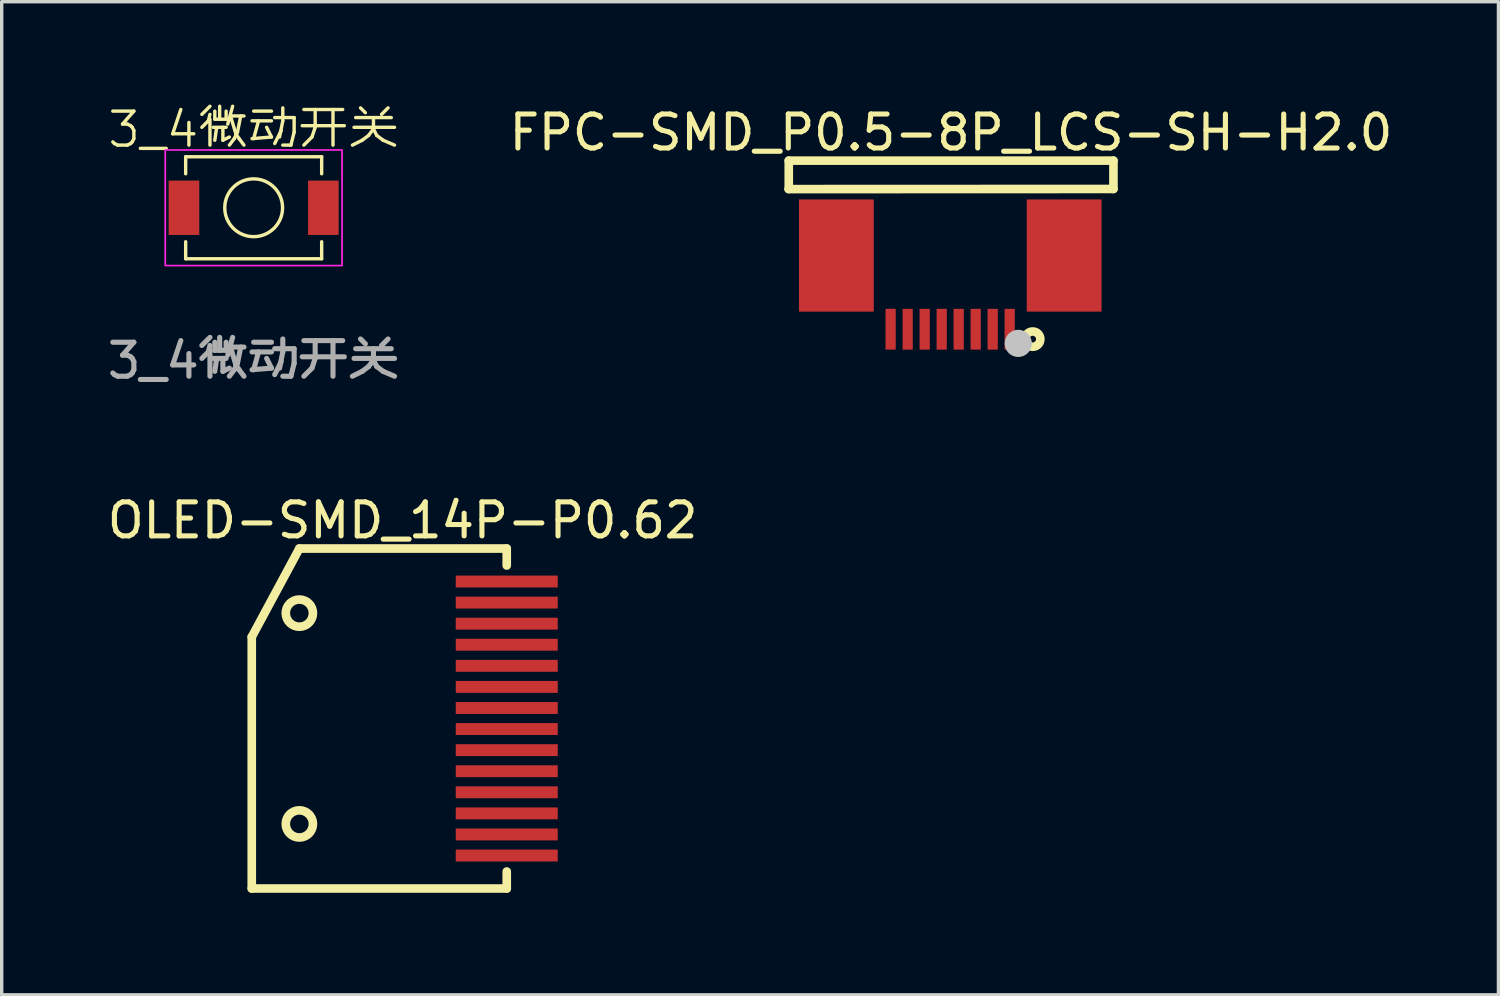
<source format=kicad_pcb>
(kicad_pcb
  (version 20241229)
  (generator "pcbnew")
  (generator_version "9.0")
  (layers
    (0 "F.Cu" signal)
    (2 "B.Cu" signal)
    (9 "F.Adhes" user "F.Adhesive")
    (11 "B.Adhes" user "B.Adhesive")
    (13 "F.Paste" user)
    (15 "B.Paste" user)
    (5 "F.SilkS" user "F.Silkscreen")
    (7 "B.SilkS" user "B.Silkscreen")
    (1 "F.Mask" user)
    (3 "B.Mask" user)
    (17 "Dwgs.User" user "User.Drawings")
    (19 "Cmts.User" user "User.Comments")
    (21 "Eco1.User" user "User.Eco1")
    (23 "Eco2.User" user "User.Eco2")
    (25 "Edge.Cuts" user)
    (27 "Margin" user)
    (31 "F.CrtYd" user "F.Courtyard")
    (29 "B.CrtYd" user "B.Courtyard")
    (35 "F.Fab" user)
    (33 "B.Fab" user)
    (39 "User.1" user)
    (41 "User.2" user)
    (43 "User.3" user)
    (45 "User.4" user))
  (footprint "3_4微动开关"
    (layer "F.Cu")
    (at 4.411 3.061)
    (property "Reference" "3_4微动开关" (at 0 -2.3 0) (unlocked yes) (layer "F.SilkS") (effects (font (size 1 1) (thickness 0.1))))
    (attr smd)
    (fp_line (start -2 -1.5) (end -2 -1) (stroke (width 0.1) (type default)) (layer "F.SilkS"))
    (fp_line (start -2 -1.5) (end 2 -1.5) (stroke (width 0.1) (type default)) (layer "F.SilkS"))
    (fp_line (start -2 1.5) (end -2 1) (stroke (width 0.1) (type default)) (layer "F.SilkS"))
    (fp_line (start -2 1.5) (end 2 1.5) (stroke (width 0.1) (type default)) (layer "F.SilkS"))
    (fp_line (start 2 -1.5) (end 2 -1) (stroke (width 0.1) (type default)) (layer "F.SilkS"))
    (fp_line (start 2 1.5) (end 2 1) (stroke (width 0.1) (type default)) (layer "F.SilkS"))
    (fp_circle (center 0 0) (end 0.85 0) (stroke (width 0.1) (type default)) (fill no) (layer "F.SilkS"))
    (fp_rect (start -2.6 -1.7) (end 2.6 1.7) (stroke (width 0.05) (type default)) (fill no) (layer "F.CrtYd"))
    (fp_text user "${REFERENCE}" (at 0 4.5 0) (unlocked yes) (layer "F.Fab") (effects (font (size 1 1) (thickness 0.15))))
    (pad "1" smd rect (at -2.05 0 90) (size 1.6 0.9) (layers "F.Cu" "F.Mask" "F.Paste"))
    (pad "2" smd rect (at 2.05 0 90) (size 1.6 0.9) (layers "F.Cu" "F.Mask" "F.Paste")))
  (footprint "OLED-SMD_14P-P0.62"
    (layer "F.Cu")
    (at 11.855 18.084)
    (property "Reference" "OLED-SMD_14P-P0.62" (at -3.063 -5.827 0) (layer "F.SilkS") (effects (font (size 1 1) (thickness 0.15))))
    (fp_line (start -7.5 -2.4) (end -7.5 5) (stroke (width 0.254) (type default)) (layer "F.SilkS"))
    (fp_line (start -7.5 5) (end 0 5) (stroke (width 0.254) (type default)) (layer "F.SilkS"))
    (fp_line (start -6.1 -5) (end -7.5 -2.4) (stroke (width 0.254) (type default)) (layer "F.SilkS"))
    (fp_line (start 0 -5) (end -6.1 -5) (stroke (width 0.254) (type default)) (layer "F.SilkS"))
    (fp_line (start 0 -5) (end 0 -4.5) (stroke (width 0.254) (type default)) (layer "F.SilkS"))
    (fp_line (start 0 5) (end 0 4.5) (stroke (width 0.254) (type default)) (layer "F.SilkS"))
    (fp_circle (center -6.1 -3.1) (end -5.7 -3.1) (stroke (width 0.254) (type default)) (fill no) (layer "F.SilkS"))
    (fp_circle (center -6.1 3.1) (end -5.7 3.1) (stroke (width 0.254) (type default)) (fill no) (layer "F.SilkS"))
    (fp_poly (pts (xy -1.5 -4.2) (xy 1.5 -4.2) (xy 1.5 -3.85) (xy -1.5 -3.85)) (stroke (width 0.1) (type default)) (fill no) (layer "User.1"))
    (fp_poly (pts (xy -1.5 -3.58) (xy 1.5 -3.58) (xy 1.5 -3.231) (xy -1.5 -3.231)) (stroke (width 0.1) (type default)) (fill no) (layer "User.1"))
    (fp_poly (pts (xy -1.5 -2.961) (xy 1.5 -2.961) (xy 1.5 -2.611) (xy -1.5 -2.611)) (stroke (width 0.1) (type default)) (fill no) (layer "User.1"))
    (fp_poly (pts (xy -1.5 -2.341) (xy 1.5 -2.341) (xy 1.5 -1.991) (xy -1.5 -1.991)) (stroke (width 0.1) (type default)) (fill no) (layer "User.1"))
    (fp_poly (pts (xy -1.5 -1.722) (xy 1.5 -1.722) (xy 1.5 -1.371) (xy -1.5 -1.371)) (stroke (width 0.1) (type default)) (fill no) (layer "User.1"))
    (fp_poly (pts (xy -1.5 -1.102) (xy 1.5 -1.102) (xy 1.5 -0.752) (xy -1.5 -0.752)) (stroke (width 0.1) (type default)) (fill no) (layer "User.1"))
    (fp_poly (pts (xy -1.5 -0.482) (xy 1.5 -0.482) (xy 1.5 -0.133) (xy -1.5 -0.133)) (stroke (width 0.1) (type default)) (fill no) (layer "User.1"))
    (fp_poly (pts (xy -1.5 0.138) (xy 1.5 0.138) (xy 1.5 0.487) (xy -1.5 0.487)) (stroke (width 0.1) (type default)) (fill no) (layer "User.1"))
    (fp_poly (pts (xy -1.5 0.757) (xy 1.5 0.757) (xy 1.5 1.107) (xy -1.5 1.107)) (stroke (width 0.1) (type default)) (fill no) (layer "User.1"))
    (fp_poly (pts (xy -1.5 1.377) (xy 1.5 1.377) (xy 1.5 1.726) (xy -1.5 1.726)) (stroke (width 0.1) (type default)) (fill no) (layer "User.1"))
    (fp_poly (pts (xy -1.5 1.996) (xy 1.5 1.996) (xy 1.5 2.346) (xy -1.5 2.346)) (stroke (width 0.1) (type default)) (fill no) (layer "User.1"))
    (fp_poly (pts (xy -1.5 2.615) (xy 1.5 2.615) (xy 1.5 2.966) (xy -1.5 2.966)) (stroke (width 0.1) (type default)) (fill no) (layer "User.1"))
    (fp_poly (pts (xy -1.5 3.236) (xy 1.5 3.236) (xy 1.5 3.586) (xy -1.5 3.586)) (stroke (width 0.1) (type default)) (fill no) (layer "User.1"))
    (fp_poly (pts (xy -1.5 3.855) (xy 1.5 3.855) (xy 1.5 4.205) (xy -1.5 4.205)) (stroke (width 0.1) (type default)) (fill no) (layer "User.1"))
    (pad "1" smd rect (at 0 4.03 90) (size 0.35 3) (layers "F.Cu" "F.Mask" "F.Paste"))
    (pad "2" smd rect (at 0 3.41 90) (size 0.35 3) (layers "F.Cu" "F.Mask" "F.Paste"))
    (pad "3" smd rect (at 0 2.79 90) (size 0.35 3) (layers "F.Cu" "F.Mask" "F.Paste"))
    (pad "4" smd rect (at 0 2.17 90) (size 0.35 3) (layers "F.Cu" "F.Mask" "F.Paste"))
    (pad "5" smd rect (at 0 1.55 90) (size 0.35 3) (layers "F.Cu" "F.Mask" "F.Paste"))
    (pad "6" smd rect (at 0 0.93 90) (size 0.35 3) (layers "F.Cu" "F.Mask" "F.Paste"))
    (pad "7" smd rect (at 0 0.31 90) (size 0.35 3) (layers "F.Cu" "F.Mask" "F.Paste"))
    (pad "8" smd rect (at 0 -0.31 90) (size 0.35 3) (layers "F.Cu" "F.Mask" "F.Paste"))
    (pad "9" smd rect (at 0 -0.93 90) (size 0.35 3) (layers "F.Cu" "F.Mask" "F.Paste"))
    (pad "10" smd rect (at 0 -1.55 90) (size 0.35 3) (layers "F.Cu" "F.Mask" "F.Paste"))
    (pad "11" smd rect (at 0 -2.17 90) (size 0.35 3) (layers "F.Cu" "F.Mask" "F.Paste"))
    (pad "12" smd rect (at 0 -2.79 90) (size 0.35 3) (layers "F.Cu" "F.Mask" "F.Paste"))
    (pad "13" smd rect (at 0 -3.41 90) (size 0.35 3) (layers "F.Cu" "F.Mask" "F.Paste"))
    (pad "14" smd rect (at 0 -4.03 90) (size 0.35 3) (layers "F.Cu" "F.Mask" "F.Paste")))
  (footprint "FPC-SMD_P0.5-8P_LCS-SH-H2.0"
    (layer "F.Cu")
    (at 24.9 5.55)
    (property "Reference" "FPC-SMD_P0.5-8P_LCS-SH-H2.0" (at 0.022 -4.702 0) (layer "F.SilkS") (effects (font (size 1 1) (thickness 0.15))))
    (fp_line (start -4.755 -3.038) (end 4.8 -3.042) (stroke (width 0.254) (type default)) (layer "F.SilkS"))
    (fp_line (start -4.75 -3.875) (end -4.75 -3.042) (stroke (width 0.254) (type default)) (layer "F.SilkS"))
    (fp_line (start 4.8 -3.875) (end -4.75 -3.875) (stroke (width 0.254) (type default)) (layer "F.SilkS"))
    (fp_line (start 4.8 -3.875) (end 4.8 -3.042) (stroke (width 0.254) (type default)) (layer "F.SilkS"))
    (fp_circle (center 2.425 1.375) (end 2.65 1.375) (stroke (width 0.254) (type default)) (fill no) (layer "F.SilkS"))
    (fp_circle (center 2 1.5) (end 2.2 1.5) (stroke (width 0.4) (type default)) (fill no) (layer "Dwgs.User"))
    (fp_poly (pts (xy -4.25 -2.584) (xy -2.249 -2.584) (xy -2.249 0.416) (xy -4.25 0.416)) (stroke (width 0.1) (type default)) (fill no) (layer "User.1"))
    (fp_poly (pts (xy -1.85 0.3) (xy -1.65 0.3) (xy -1.65 1.321) (xy -1.85 1.321)) (stroke (width 0.1) (type default)) (fill no) (layer "User.1"))
    (fp_poly (pts (xy -1.347 0.301) (xy -1.147 0.301) (xy -1.147 1.322) (xy -1.347 1.322)) (stroke (width 0.1) (type default)) (fill no) (layer "User.1"))
    (fp_poly (pts (xy -0.848 0.301) (xy -0.648 0.301) (xy -0.648 1.322) (xy -0.848 1.322)) (stroke (width 0.1) (type default)) (fill no) (layer "User.1"))
    (fp_poly (pts (xy -0.348 0.301) (xy -0.147 0.301) (xy -0.147 1.322) (xy -0.348 1.322)) (stroke (width 0.1) (type default)) (fill no) (layer "User.1"))
    (fp_poly (pts (xy 0.152 0.301) (xy 0.352 0.301) (xy 0.352 1.322) (xy 0.152 1.322)) (stroke (width 0.1) (type default)) (fill no) (layer "User.1"))
    (fp_poly (pts (xy 0.652 0.301) (xy 0.853 0.301) (xy 0.853 1.322) (xy 0.652 1.322)) (stroke (width 0.1) (type default)) (fill no) (layer "User.1"))
    (fp_poly (pts (xy 1.152 0.301) (xy 1.353 0.301) (xy 1.353 1.322) (xy 1.152 1.322)) (stroke (width 0.1) (type default)) (fill no) (layer "User.1"))
    (fp_poly (pts (xy 1.652 0.301) (xy 1.853 0.301) (xy 1.853 1.322) (xy 1.652 1.322)) (stroke (width 0.1) (type default)) (fill no) (layer "User.1"))
    (fp_poly (pts (xy 2.25 -2.584) (xy 4.25 -2.584) (xy 4.25 0.416) (xy 2.25 0.416)) (stroke (width 0.1) (type default)) (fill no) (layer "User.1"))
    (fp_line (start -4.8 -3.879) (end -4.8 -2.879) (stroke (width 0.051) (type default)) (layer "User.2"))
    (fp_line (start -4.8 -2.879) (end -4.25 -2.879) (stroke (width 0.051) (type default)) (layer "User.2"))
    (fp_line (start -4.73 -3.879) (end -4.8 -3.879) (stroke (width 0.051) (type default)) (layer "User.2"))
    (fp_line (start -4.25 -2.879) (end -4.25 0.517) (stroke (width 0.051) (type default)) (layer "User.2"))
    (fp_line (start -4.25 0.517) (end -4.247 0.52) (stroke (width 0.051) (type default)) (layer "User.2"))
    (fp_line (start -4.247 0.52) (end -2.45 0.52) (stroke (width 0.051) (type default)) (layer "User.2"))
    (fp_line (start -2.45 0.52) (end 2.45 0.521) (stroke (width 0.051) (type default)) (layer "User.2"))
    (fp_line (start 2.45 0.521) (end 4.25 0.521) (stroke (width 0.051) (type default)) (layer "User.2"))
    (fp_line (start 4.25 -2.879) (end 4.8 -2.879) (stroke (width 0.051) (type default)) (layer "User.2"))
    (fp_line (start 4.25 0.521) (end 4.25 -2.879) (stroke (width 0.051) (type default)) (layer "User.2"))
    (fp_line (start 4.8 -3.88) (end -4.73 -3.879) (stroke (width 0.051) (type default)) (layer "User.2"))
    (fp_line (start 4.8 -2.879) (end 4.8 -3.88) (stroke (width 0.051) (type default)) (layer "User.2"))
    (fp_poly (pts (xy 4.855 1.299) (xy 4.823 1.267) (xy 4.777 1.267) (xy 4.745 1.299) (xy 4.745 1.345) (xy 4.777 1.377) (xy 4.823 1.377) (xy 4.855 1.345)) (stroke (width 0.1) (type default)) (fill no) (layer "User.3"))
    (pad "1" smd rect (at 1.748 1.084 180) (size 0.3 1.2) (layers "F.Cu" "F.Mask" "F.Paste"))
    (pad "2" smd rect (at 1.248 1.084 180) (size 0.3 1.2) (layers "F.Cu" "F.Mask" "F.Paste"))
    (pad "3" smd rect (at 0.748 1.084 180) (size 0.3 1.2) (layers "F.Cu" "F.Mask" "F.Paste"))
    (pad "4" smd rect (at 0.248 1.084 180) (size 0.3 1.2) (layers "F.Cu" "F.Mask" "F.Paste"))
    (pad "5" smd rect (at -0.252 1.084 180) (size 0.3 1.2) (layers "F.Cu" "F.Mask" "F.Paste"))
    (pad "6" smd rect (at -0.752 1.084 180) (size 0.3 1.2) (layers "F.Cu" "F.Mask" "F.Paste"))
    (pad "7" smd rect (at -1.252 1.084 180) (size 0.3 1.2) (layers "F.Cu" "F.Mask" "F.Paste"))
    (pad "8" smd rect (at -1.754 1.083 180) (size 0.3 1.2) (layers "F.Cu" "F.Mask" "F.Paste"))
    (pad "MP" smd rect (at -3.35 -1.084 180) (size 2.2 3.3) (layers "F.Cu" "F.Mask" "F.Paste"))
    (pad "MP" smd rect (at 3.35 -1.084 180) (size 2.2 3.3) (layers "F.Cu" "F.Mask" "F.Paste")))
  (gr_rect
    (start -3 -3)
    (end 41.024 26.211)
    (stroke (width 0.1) (type default))
    (fill no)
    (layer "Edge.Cuts")))
</source>
